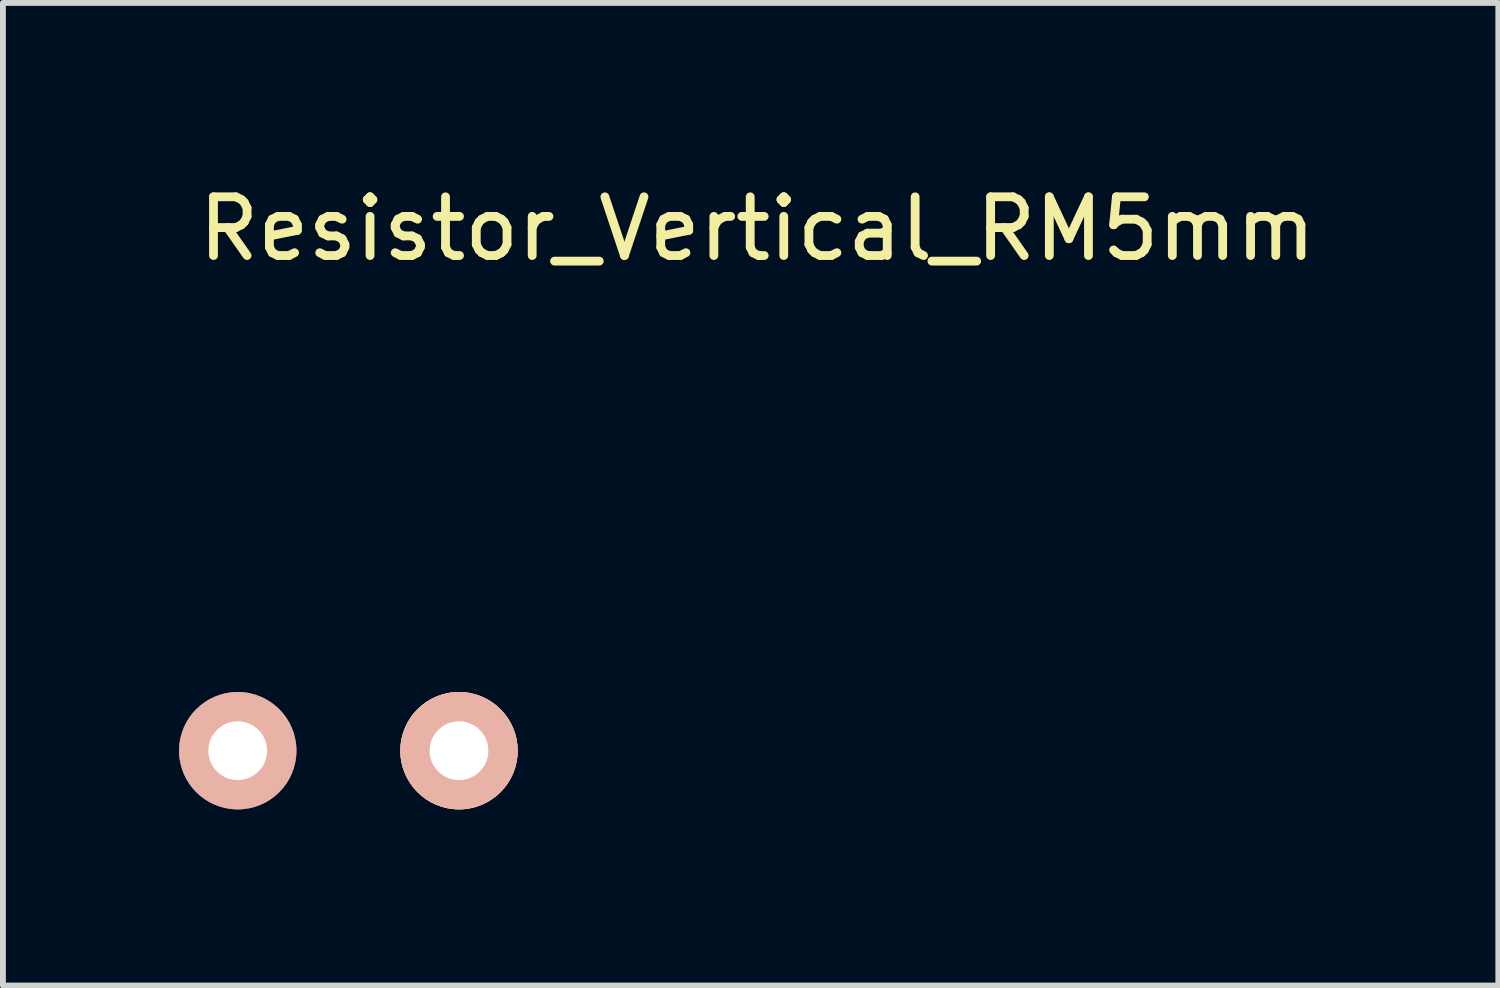
<source format=kicad_pcb>
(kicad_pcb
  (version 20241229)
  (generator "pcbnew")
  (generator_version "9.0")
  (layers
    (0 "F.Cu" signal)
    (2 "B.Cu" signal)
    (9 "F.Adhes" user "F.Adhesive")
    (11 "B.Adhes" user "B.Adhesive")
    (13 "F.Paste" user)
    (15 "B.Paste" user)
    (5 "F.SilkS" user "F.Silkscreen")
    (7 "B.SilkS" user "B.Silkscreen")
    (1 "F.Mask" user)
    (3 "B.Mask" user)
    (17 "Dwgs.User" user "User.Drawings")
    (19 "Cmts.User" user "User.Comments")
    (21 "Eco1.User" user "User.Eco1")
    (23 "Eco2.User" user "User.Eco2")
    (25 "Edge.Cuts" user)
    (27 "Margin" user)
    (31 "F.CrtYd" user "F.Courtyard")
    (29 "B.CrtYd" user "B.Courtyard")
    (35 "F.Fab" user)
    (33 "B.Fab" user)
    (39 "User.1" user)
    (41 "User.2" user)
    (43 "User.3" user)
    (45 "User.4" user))
  (footprint "Resistor_Vertical_RM5mm"
    (layer "F.Cu")
    (at 3.499 9.738)
    (property "Reference" "Resistor_Vertical_RM5mm" (at 6.35 -8.89 0) (layer "F.SilkS") (effects (font (size 1 1) (thickness 0.15))))
    (attr through_hole)
    (pad "1" thru_hole circle (at -2.499 0) (size 1.999 1.999) (drill 1.001) (layers "*.Cu" "*.Mask" "B.SilkS"))
    (pad "2" thru_hole circle (at 1.27 0) (size 1.999 1.999) (drill 1.001) (layers "*.Cu" "*.SilkS" "*.Mask")))
  (gr_rect
    (start -3 -3)
    (end 22.474 13.738)
    (stroke (width 0.1) (type default))
    (fill no)
    (layer "Edge.Cuts")))
</source>
